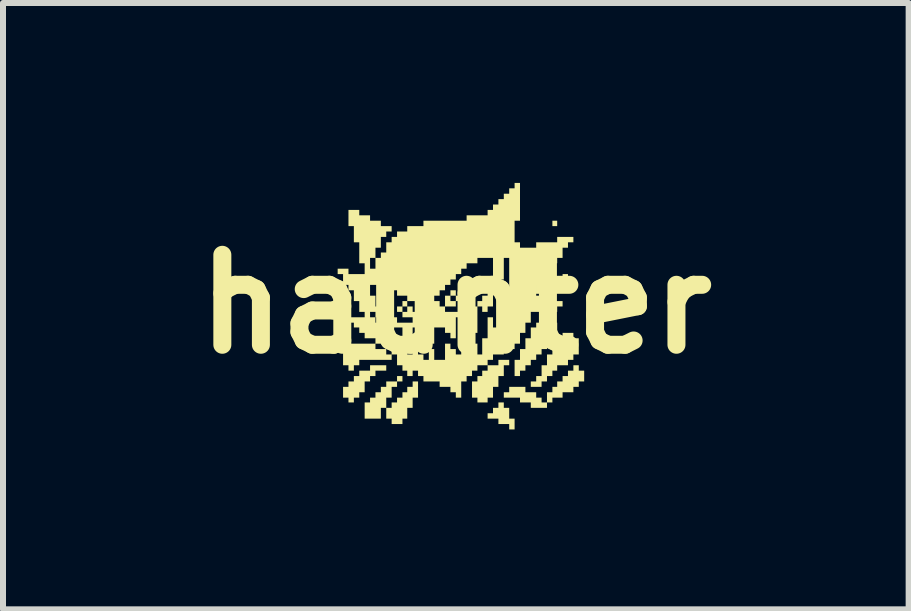
<source format=kicad_pcb>
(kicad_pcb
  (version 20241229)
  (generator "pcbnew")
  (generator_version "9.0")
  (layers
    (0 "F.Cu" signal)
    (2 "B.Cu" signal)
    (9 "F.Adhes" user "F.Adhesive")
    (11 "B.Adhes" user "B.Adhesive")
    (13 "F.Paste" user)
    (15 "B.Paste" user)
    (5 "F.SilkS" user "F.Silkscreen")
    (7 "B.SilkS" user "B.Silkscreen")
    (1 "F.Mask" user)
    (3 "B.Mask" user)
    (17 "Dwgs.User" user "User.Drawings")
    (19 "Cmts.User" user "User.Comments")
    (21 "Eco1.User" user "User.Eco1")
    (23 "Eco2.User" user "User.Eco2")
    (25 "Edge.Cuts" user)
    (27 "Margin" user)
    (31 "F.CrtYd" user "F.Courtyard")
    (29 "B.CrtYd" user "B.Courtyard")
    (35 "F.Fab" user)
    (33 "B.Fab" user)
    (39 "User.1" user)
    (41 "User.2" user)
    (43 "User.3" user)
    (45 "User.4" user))
  (footprint "haunter"
    (layer "F.Cu")
    (at 4.55 2.02)
    (property "Reference" "haunter" (at 0 0 0) (layer "F.SilkS") (effects (font (size 1.5 1.5) (thickness 0.3))))
    (attr board_only exclude_from_pos_files exclude_from_bom)
    (fp_poly (pts (xy 1.69 -1.345) (xy 1.69 -1.3) (xy 1.65 -1.3) (xy 1.61 -1.3) (xy 1.61 -1.345) (xy 1.61 -1.39) (xy 1.65 -1.39) (xy 1.69 -1.39)) (stroke (width 0) (type solid)) (fill yes) (layer "F.SilkS"))
    (fp_poly (pts (xy 1.87 -0.455) (xy 1.87 -0.41) (xy 1.825 -0.41) (xy 1.78 -0.41) (xy 1.78 -0.455) (xy 1.78 -0.5) (xy 1.825 -0.5) (xy 1.87 -0.5)) (stroke (width 0) (type solid)) (fill yes) (layer "F.SilkS"))
    (fp_poly (pts (xy -0.81 -0.005) (xy -0.81 0.04) (xy -0.85 0.04) (xy -0.89 0.04) (xy -0.89 0.085) (xy -0.89 0.13) (xy -0.935 0.13) (xy -0.98 0.13) (xy -0.98 0.085) (xy -0.98 0.04) (xy -0.935 0.04) (xy -0.89 0.04) (xy -0.89 -0.005) (xy -0.89 -0.05) (xy -0.85 -0.05) (xy -0.81 -0.05)) (stroke (width 0) (type solid)) (fill yes) (layer "F.SilkS"))
    (fp_poly (pts (xy 0 -0.185) (xy 0 -0.14) (xy -0.045 -0.14) (xy -0.09 -0.14) (xy -0.09 -0.095) (xy -0.09 -0.05) (xy -0.045 -0.05) (xy 0 -0.05) (xy 0 -0.095) (xy 0 -0.14) (xy 0.045 -0.14) (xy 0.09 -0.14) (xy 0.09 -0.095) (xy 0.09 -0.05) (xy 0.045 -0.05) (xy 0 -0.05) (xy 0 -0.005) (xy 0 0.04) (xy -0.09 0.04) (xy -0.18 0.04) (xy -0.18 -0.05) (xy -0.18 -0.14) (xy -0.135 -0.14) (xy -0.09 -0.14) (xy -0.09 -0.185) (xy -0.09 -0.23) (xy -0.045 -0.23) (xy 0 -0.23)) (stroke (width 0) (type solid)) (fill yes) (layer "F.SilkS"))
    (fp_poly (pts (xy 0.8 1.685) (xy 0.8 1.73) (xy 0.845 1.73) (xy 0.89 1.73) (xy 0.89 1.82) (xy 0.89 1.91) (xy 0.935 1.91) (xy 0.98 1.91) (xy 0.98 2) (xy 0.98 2.09) (xy 0.935 2.09) (xy 0.89 2.09) (xy 0.89 2.045) (xy 0.89 2) (xy 0.8 2) (xy 0.71 2) (xy 0.71 1.955) (xy 0.71 1.91) (xy 0.62 1.91) (xy 0.53 1.91) (xy 0.53 1.865) (xy 0.53 1.82) (xy 0.575 1.82) (xy 0.62 1.82) (xy 0.62 1.775) (xy 0.62 1.73) (xy 0.665 1.73) (xy 0.71 1.73) (xy 0.71 1.685) (xy 0.71 1.64) (xy 0.755 1.64) (xy 0.8 1.64)) (stroke (width 0) (type solid)) (fill yes) (layer "F.SilkS"))
    (fp_poly (pts (xy -1.16 1.065) (xy -1.16 1.11) (xy -1.25 1.11) (xy -1.34 1.11) (xy -1.34 1.155) (xy -1.34 1.2) (xy -1.385 1.2) (xy -1.43 1.2) (xy -1.43 1.245) (xy -1.43 1.29) (xy -1.475 1.29) (xy -1.52 1.29) (xy -1.52 1.38) (xy -1.52 1.47) (xy -1.565 1.47) (xy -1.61 1.47) (xy -1.61 1.515) (xy -1.61 1.56) (xy -1.655 1.56) (xy -1.7 1.56) (xy -1.7 1.6) (xy -1.7 1.64) (xy -1.745 1.64) (xy -1.79 1.64) (xy -1.79 1.6) (xy -1.79 1.56) (xy -1.835 1.56) (xy -1.88 1.56) (xy -1.88 1.47) (xy -1.88 1.38) (xy -1.835 1.38) (xy -1.79 1.38) (xy -1.79 1.335) (xy -1.79 1.29) (xy -1.745 1.29) (xy -1.7 1.29) (xy -1.7 1.245) (xy -1.7 1.2) (xy -1.655 1.2) (xy -1.61 1.2) (xy -1.61 1.155) (xy -1.61 1.11) (xy -1.52 1.11) (xy -1.43 1.11) (xy -1.43 1.065) (xy -1.43 1.02) (xy -1.295 1.02) (xy -1.16 1.02)) (stroke (width 0) (type solid)) (fill yes) (layer "F.SilkS"))
    (fp_poly (pts (xy 1.61 0.265) (xy 1.61 0.31) (xy 1.65 0.31) (xy 1.69 0.31) (xy 1.69 0.395) (xy 1.69 0.48) (xy 1.65 0.48) (xy 1.61 0.48) (xy 1.61 0.57) (xy 1.61 0.66) (xy 1.565 0.66) (xy 1.52 0.66) (xy 1.52 0.705) (xy 1.52 0.75) (xy 1.475 0.75) (xy 1.43 0.75) (xy 1.43 0.795) (xy 1.43 0.84) (xy 1.385 0.84) (xy 1.34 0.84) (xy 1.34 0.885) (xy 1.34 0.93) (xy 1.295 0.93) (xy 1.25 0.93) (xy 1.25 0.975) (xy 1.25 1.02) (xy 1.205 1.02) (xy 1.16 1.02) (xy 1.16 1.065) (xy 1.16 1.11) (xy 1.115 1.11) (xy 1.07 1.11) (xy 1.07 1.155) (xy 1.07 1.2) (xy 1.025 1.2) (xy 0.98 1.2) (xy 0.98 1.065) (xy 0.98 0.93) (xy 1.025 0.93) (xy 1.07 0.93) (xy 1.07 0.84) (xy 1.07 0.75) (xy 1.115 0.75) (xy 1.16 0.75) (xy 1.16 0.66) (xy 1.16 0.57) (xy 1.205 0.57) (xy 1.25 0.57) (xy 1.25 0.48) (xy 1.25 0.39) (xy 1.295 0.39) (xy 1.34 0.39) (xy 1.34 0.35) (xy 1.34 0.31) (xy 1.385 0.31) (xy 1.43 0.31) (xy 1.43 0.265) (xy 1.43 0.22) (xy 1.52 0.22) (xy 1.61 0.22)) (stroke (width 0) (type solid)) (fill yes) (layer "F.SilkS"))
    (fp_poly (pts (xy 1.96 0.525) (xy 1.96 0.57) (xy 2.005 0.57) (xy 2.05 0.57) (xy 2.05 0.705) (xy 2.05 0.84) (xy 2.005 0.84) (xy 1.96 0.84) (xy 1.96 0.885) (xy 1.96 0.93) (xy 1.915 0.93) (xy 1.87 0.93) (xy 1.87 0.975) (xy 1.87 1.02) (xy 1.78 1.02) (xy 1.69 1.02) (xy 1.69 1.065) (xy 1.69 1.11) (xy 1.65 1.11) (xy 1.61 1.11) (xy 1.61 1.155) (xy 1.61 1.2) (xy 1.565 1.2) (xy 1.52 1.2) (xy 1.52 1.245) (xy 1.52 1.29) (xy 1.475 1.29) (xy 1.43 1.29) (xy 1.43 1.335) (xy 1.43 1.38) (xy 1.34 1.38) (xy 1.25 1.38) (xy 1.25 1.335) (xy 1.25 1.29) (xy 1.295 1.29) (xy 1.34 1.29) (xy 1.34 1.245) (xy 1.34 1.2) (xy 1.385 1.2) (xy 1.43 1.2) (xy 1.43 1.11) (xy 1.43 1.02) (xy 1.475 1.02) (xy 1.52 1.02) (xy 1.52 0.93) (xy 1.52 0.84) (xy 1.565 0.84) (xy 1.61 0.84) (xy 1.61 0.795) (xy 1.61 0.75) (xy 1.65 0.75) (xy 1.69 0.75) (xy 1.69 0.66) (xy 1.69 0.57) (xy 1.735 0.57) (xy 1.78 0.57) (xy 1.78 0.525) (xy 1.78 0.48) (xy 1.87 0.48) (xy 1.96 0.48)) (stroke (width 0) (type solid)) (fill yes) (layer "F.SilkS"))
    (fp_poly (pts (xy 2.05 1.065) (xy 2.05 1.11) (xy 2.095 1.11) (xy 2.14 1.11) (xy 2.14 1.2) (xy 2.14 1.29) (xy 2.095 1.29) (xy 2.05 1.29) (xy 2.05 1.335) (xy 2.05 1.38) (xy 2.005 1.38) (xy 1.96 1.38) (xy 1.96 1.425) (xy 1.96 1.47) (xy 1.87 1.47) (xy 1.78 1.47) (xy 1.78 1.515) (xy 1.78 1.56) (xy 1.695 1.56) (xy 1.61 1.56) (xy 1.61 1.6) (xy 1.61 1.64) (xy 1.565 1.64) (xy 1.52 1.64) (xy 1.52 1.685) (xy 1.52 1.73) (xy 1.385 1.73) (xy 1.25 1.73) (xy 1.25 1.685) (xy 1.25 1.64) (xy 1.16 1.64) (xy 1.07 1.64) (xy 1.07 1.6) (xy 1.07 1.56) (xy 0.935 1.56) (xy 0.8 1.56) (xy 0.8 1.515) (xy 0.8 1.47) (xy 0.845 1.47) (xy 0.89 1.47) (xy 0.89 1.425) (xy 0.89 1.38) (xy 1.025 1.38) (xy 1.16 1.38) (xy 1.16 1.425) (xy 1.16 1.47) (xy 1.25 1.47) (xy 1.34 1.47) (xy 1.34 1.515) (xy 1.34 1.56) (xy 1.385 1.56) (xy 1.43 1.56) (xy 1.43 1.6) (xy 1.43 1.64) (xy 1.475 1.64) (xy 1.52 1.64) (xy 1.52 1.555) (xy 1.52 1.47) (xy 1.565 1.47) (xy 1.61 1.47) (xy 1.61 1.425) (xy 1.61 1.38) (xy 1.65 1.38) (xy 1.69 1.38) (xy 1.69 1.335) (xy 1.69 1.29) (xy 1.735 1.29) (xy 1.78 1.29) (xy 1.78 1.245) (xy 1.78 1.2) (xy 1.825 1.2) (xy 1.87 1.2) (xy 1.87 1.155) (xy 1.87 1.11) (xy 1.915 1.11) (xy 1.96 1.11) (xy 1.96 1.065) (xy 1.96 1.02) (xy 2.005 1.02) (xy 2.05 1.02)) (stroke (width 0) (type solid)) (fill yes) (layer "F.SilkS"))
    (fp_poly (pts (xy -0.89 1.245) (xy -0.89 1.29) (xy -0.935 1.29) (xy -0.98 1.29) (xy -0.98 1.335) (xy -0.98 1.38) (xy -1.025 1.38) (xy -1.07 1.38) (xy -1.07 1.47) (xy -1.07 1.56) (xy -1.115 1.56) (xy -1.16 1.56) (xy -1.16 1.645) (xy -1.16 1.73) (xy -1.115 1.73) (xy -1.07 1.73) (xy -1.07 1.685) (xy -1.07 1.64) (xy -1.025 1.64) (xy -0.98 1.64) (xy -0.98 1.6) (xy -0.98 1.56) (xy -0.935 1.56) (xy -0.89 1.56) (xy -0.89 1.515) (xy -0.89 1.47) (xy -0.85 1.47) (xy -0.81 1.47) (xy -0.81 1.425) (xy -0.81 1.38) (xy -0.765 1.38) (xy -0.72 1.38) (xy -0.72 1.335) (xy -0.72 1.29) (xy -0.675 1.29) (xy -0.63 1.29) (xy -0.63 1.425) (xy -0.63 1.56) (xy -0.675 1.56) (xy -0.72 1.56) (xy -0.72 1.645) (xy -0.72 1.73) (xy -0.765 1.73) (xy -0.81 1.73) (xy -0.81 1.82) (xy -0.81 1.91) (xy -0.85 1.91) (xy -0.89 1.91) (xy -0.89 1.955) (xy -0.89 2) (xy -0.98 2) (xy -1.07 2) (xy -1.07 1.955) (xy -1.07 1.91) (xy -1.115 1.91) (xy -1.16 1.91) (xy -1.16 1.82) (xy -1.16 1.73) (xy -1.205 1.73) (xy -1.25 1.73) (xy -1.25 1.82) (xy -1.25 1.91) (xy -1.385 1.91) (xy -1.52 1.91) (xy -1.52 1.775) (xy -1.52 1.64) (xy -1.475 1.64) (xy -1.43 1.64) (xy -1.43 1.6) (xy -1.43 1.56) (xy -1.385 1.56) (xy -1.34 1.56) (xy -1.34 1.515) (xy -1.34 1.47) (xy -1.295 1.47) (xy -1.25 1.47) (xy -1.25 1.425) (xy -1.25 1.38) (xy -1.205 1.38) (xy -1.16 1.38) (xy -1.16 1.335) (xy -1.16 1.29) (xy -1.07 1.29) (xy -0.98 1.29) (xy -0.98 1.245) (xy -0.98 1.2) (xy -0.935 1.2) (xy -0.89 1.2)) (stroke (width 0) (type solid)) (fill yes) (layer "F.SilkS"))
    (fp_poly (pts (xy 1.07 -1.705) (xy 1.07 -1.39) (xy 1.025 -1.39) (xy 0.98 -1.39) (xy 0.98 -1.21) (xy 0.98 -1.03) (xy 1.025 -1.03) (xy 1.07 -1.03) (xy 1.07 -0.985) (xy 1.07 -0.94) (xy 1.205 -0.94) (xy 1.34 -0.94) (xy 1.34 -0.985) (xy 1.34 -1.03) (xy 1.515 -1.03) (xy 1.69 -1.03) (xy 1.69 -1.075) (xy 1.69 -1.12) (xy 1.825 -1.12) (xy 1.96 -1.12) (xy 1.96 -1.075) (xy 1.96 -1.03) (xy 1.915 -1.03) (xy 1.87 -1.03) (xy 1.87 -0.985) (xy 1.87 -0.94) (xy 1.825 -0.94) (xy 1.78 -0.94) (xy 1.78 -0.855) (xy 1.78 -0.77) (xy 1.735 -0.77) (xy 1.69 -0.77) (xy 1.69 -0.725) (xy 1.69 -0.68) (xy 1.65 -0.68) (xy 1.61 -0.68) (xy 1.61 -0.635) (xy 1.61 -0.59) (xy 1.565 -0.59) (xy 1.52 -0.59) (xy 1.52 -0.5) (xy 1.52 -0.41) (xy 1.475 -0.41) (xy 1.43 -0.41) (xy 1.43 -0.365) (xy 1.43 -0.32) (xy 1.385 -0.32) (xy 1.34 -0.32) (xy 1.34 -0.23) (xy 1.34 -0.14) (xy 1.475 -0.14) (xy 1.61 -0.14) (xy 1.61 -0.095) (xy 1.61 -0.05) (xy 1.695 -0.05) (xy 1.78 -0.05) (xy 1.78 -0.005) (xy 1.78 0.04) (xy 1.735 0.04) (xy 1.69 0.04) (xy 1.69 0.085) (xy 1.69 0.13) (xy 1.65 0.13) (xy 1.61 0.13) (xy 1.61 0.085) (xy 1.61 0.04) (xy 1.52 0.04) (xy 1.43 0.04) (xy 1.43 0.085) (xy 1.43 0.13) (xy 1.34 0.13) (xy 1.25 0.13) (xy 1.25 0.22) (xy 1.25 0.31) (xy 1.205 0.31) (xy 1.16 0.31) (xy 1.16 0.395) (xy 1.16 0.48) (xy 1.115 0.48) (xy 1.07 0.48) (xy 1.07 0.57) (xy 1.07 0.66) (xy 1.025 0.66) (xy 0.98 0.66) (xy 0.98 0.705) (xy 0.98 0.75) (xy 0.89 0.75) (xy 0.8 0.75) (xy 0.8 0.795) (xy 0.8 0.84) (xy 0.71 0.84) (xy 0.62 0.84) (xy 0.62 0.885) (xy 0.62 0.93) (xy 0.575 0.93) (xy 0.53 0.93) (xy 0.53 0.975) (xy 0.53 1.02) (xy 0.62 1.02) (xy 0.71 1.02) (xy 0.71 0.975) (xy 0.71 0.93) (xy 0.8 0.93) (xy 0.89 0.93) (xy 0.89 0.975) (xy 0.89 1.02) (xy 0.845 1.02) (xy 0.8 1.02) (xy 0.8 1.11) (xy 0.8 1.2) (xy 0.755 1.2) (xy 0.71 1.2) (xy 0.71 1.29) (xy 0.71 1.38) (xy 0.665 1.38) (xy 0.62 1.38) (xy 0.62 1.47) (xy 0.62 1.56) (xy 0.575 1.56) (xy 0.53 1.56) (xy 0.53 1.6) (xy 0.53 1.64) (xy 0.445 1.64) (xy 0.36 1.64) (xy 0.36 1.6) (xy 0.36 1.56) (xy 0.315 1.56) (xy 0.27 1.56) (xy 0.27 1.425) (xy 0.27 1.29) (xy 0.315 1.29) (xy 0.36 1.29) (xy 0.36 1.245) (xy 0.36 1.2) (xy 0.4 1.2) (xy 0.44 1.2) (xy 0.44 1.155) (xy 0.44 1.11) (xy 0.485 1.11) (xy 0.53 1.11) (xy 0.53 1.065) (xy 0.53 1.02) (xy 0.445 1.02) (xy 0.36 1.02) (xy 0.36 1.065) (xy 0.36 1.11) (xy 0.315 1.11) (xy 0.27 1.11) (xy 0.27 1.155) (xy 0.27 1.2) (xy 0.225 1.2) (xy 0.18 1.2) (xy 0.18 1.245) (xy 0.18 1.29) (xy 0.135 1.29) (xy 0.09 1.29) (xy 0.09 1.425) (xy 0.09 1.56) (xy 0.045 1.56) (xy 0 1.56) (xy 0 1.515) (xy 0 1.47) (xy -0.045 1.47) (xy -0.09 1.47) (xy -0.09 1.425) (xy -0.09 1.38) (xy -0.18 1.38) (xy -0.27 1.38) (xy -0.27 1.335) (xy -0.27 1.29) (xy -0.405 1.29) (xy -0.54 1.29) (xy -0.54 1.245) (xy -0.54 1.2) (xy -0.585 1.2) (xy -0.63 1.2) (xy -0.63 1.155) (xy -0.63 1.11) (xy -0.675 1.11) (xy -0.72 1.11) (xy -0.72 1.155) (xy -0.72 1.2) (xy -0.765 1.2) (xy -0.81 1.2) (xy -0.81 1.155) (xy -0.81 1.11) (xy -0.85 1.11) (xy -0.89 1.11) (xy -0.89 1.065) (xy -0.89 1.02) (xy -0.935 1.02) (xy -0.98 1.02) (xy -0.98 0.93) (xy -0.98 0.84) (xy -1.025 0.84) (xy -1.07 0.84) (xy -1.07 0.885) (xy -1.07 0.93) (xy -1.34 0.93) (xy -1.61 0.93) (xy -1.61 0.975) (xy -1.61 1.02) (xy -1.655 1.02) (xy -1.7 1.02) (xy -1.7 1.065) (xy -1.7 1.11) (xy -1.745 1.11) (xy -1.79 1.11) (xy -1.79 1.065) (xy -1.79 1.02) (xy -1.835 1.02) (xy -1.88 1.02) (xy -1.88 0.885) (xy -1.88 0.795) (xy -1.16 0.795) (xy -1.16 0.84) (xy -1.115 0.84) (xy -1.07 0.84) (xy -1.07 0.795) (xy -1.07 0.75) (xy -1.115 0.75) (xy -1.16 0.75) (xy -1.16 0.795) (xy -1.88 0.795) (xy -1.88 0.75) (xy -1.835 0.75) (xy -1.79 0.75) (xy -1.79 0.705) (xy -1.34 0.705) (xy -1.34 0.75) (xy -1.25 0.75) (xy -1.16 0.75) (xy -1.16 0.705) (xy -1.16 0.66) (xy -1.25 0.66) (xy -1.34 0.66) (xy -1.34 0.705) (xy -1.79 0.705) (xy -1.79 0.66) (xy -1.565 0.66) (xy -1.34 0.66) (xy -1.34 0.615) (xy -1.34 0.57) (xy -1.43 0.57) (xy -1.52 0.57) (xy -1.52 0.525) (xy -1.52 0.48) (xy -1.565 0.48) (xy -1.61 0.48) (xy -1.61 0.435) (xy -1.61 0.39) (xy -1.655 0.39) (xy -1.7 0.39) (xy -1.7 0.35) (xy -1.25 0.35) (xy -1.25 0.39) (xy -1.205 0.39) (xy -1.16 0.39) (xy -1.16 0.435) (xy -1.16 0.48) (xy -1.115 0.48) (xy -1.07 0.48) (xy -1.07 0.525) (xy -1.07 0.57) (xy -1.025 0.57) (xy -0.98 0.57) (xy -0.98 0.615) (xy -0.98 0.66) (xy -0.935 0.66) (xy -0.89 0.66) (xy -0.89 0.705) (xy -0.89 0.75) (xy -0.85 0.75) (xy -0.81 0.75) (xy -0.81 0.795) (xy -0.81 0.84) (xy -0.765 0.84) (xy -0.72 0.84) (xy -0.72 0.75) (xy -0.72 0.66) (xy -0.675 0.66) (xy -0.63 0.66) (xy -0.63 0.75) (xy -0.63 0.84) (xy -0.585 0.84) (xy -0.54 0.84) (xy -0.54 0.885) (xy -0.54 0.93) (xy -0.495 0.93) (xy -0.45 0.93) (xy -0.45 0.84) (xy -0.45 0.75) (xy -0.405 0.75) (xy -0.36 0.75) (xy -0.36 0.84) (xy -0.36 0.93) (xy -0.27 0.93) (xy -0.18 0.93) (xy -0.18 0.795) (xy -0.18 0.66) (xy -0.135 0.66) (xy -0.09 0.66) (xy -0.09 0.705) (xy -0.09 0.75) (xy -0.045 0.75) (xy 0 0.75) (xy 0 0.795) (xy 0 0.84) (xy 0.045 0.84) (xy 0.09 0.84) (xy 0.09 0.66) (xy 0.09 0.48) (xy 0.135 0.48) (xy 0.18 0.48) (xy 0.18 0.57) (xy 0.18 0.66) (xy 0.27 0.66) (xy 0.36 0.66) (xy 0.36 0.75) (xy 0.36 0.84) (xy 0.4 0.84) (xy 0.44 0.84) (xy 0.44 0.705) (xy 0.44 0.57) (xy 0.485 0.57) (xy 0.53 0.57) (xy 0.53 0.395) (xy 0.53 0.22) (xy 0.575 0.22) (xy 0.62 0.22) (xy 0.62 0.305) (xy 0.62 0.39) (xy 0.665 0.39) (xy 0.71 0.39) (xy 0.71 0.26) (xy 0.71 0.13) (xy 0.755 0.13) (xy 0.8 0.13) (xy 0.8 -0.005) (xy 0.8 -0.14) (xy 0.845 -0.14) (xy 0.89 -0.14) (xy 0.89 -0.455) (xy 0.89 -0.77) (xy 0.845 -0.77) (xy 0.8 -0.77) (xy 0.8 -0.59) (xy 0.8 -0.41) (xy 0.755 -0.41) (xy 0.71 -0.41) (xy 0.71 -0.32) (xy 0.71 -0.23) (xy 0.665 -0.23) (xy 0.62 -0.23) (xy 0.62 -0.095) (xy 0.62 0.04) (xy 0.575 0.04) (xy 0.53 0.04) (xy 0.53 0.085) (xy 0.53 0.13) (xy 0.485 0.13) (xy 0.44 0.13) (xy 0.44 0.085) (xy 0.44 0.04) (xy 0.4 0.04) (xy 0.36 0.04) (xy 0.36 0.26) (xy 0.36 0.48) (xy 0.315 0.48) (xy 0.27 0.48) (xy 0.27 0.435) (xy 0.27 0.39) (xy 0.225 0.39) (xy 0.18 0.39) (xy 0.18 0.35) (xy 0.18 0.31) (xy 0.135 0.31) (xy 0.09 0.31) (xy 0.09 0.265) (xy 0.09 0.22) (xy 0.045 0.22) (xy 0 0.22) (xy 0 0.395) (xy 0 0.57) (xy -0.045 0.57) (xy -0.09 0.57) (xy -0.09 0.525) (xy -0.09 0.48) (xy -0.135 0.48) (xy -0.18 0.48) (xy -0.18 0.435) (xy -0.18 0.39) (xy -0.27 0.39) (xy -0.36 0.39) (xy -0.36 0.525) (xy -0.36 0.66) (xy -0.405 0.66) (xy -0.45 0.66) (xy -0.45 0.615) (xy -0.45 0.57) (xy -0.495 0.57) (xy -0.54 0.57) (xy -0.54 0.48) (xy -0.54 0.39) (xy -0.63 0.39) (xy -0.72 0.39) (xy -0.72 0.525) (xy -0.72 0.66) (xy -0.765 0.66) (xy -0.81 0.66) (xy -0.81 0.615) (xy -0.81 0.57) (xy -0.85 0.57) (xy -0.89 0.57) (xy -0.89 0.48) (xy -0.89 0.39) (xy -1.025 0.39) (xy -1.16 0.39) (xy -1.16 0.35) (xy -1.16 0.31) (xy -1.205 0.31) (xy -1.25 0.31) (xy -1.25 0.35) (xy -1.7 0.35) (xy -1.7 0.31) (xy -1.745 0.31) (xy -1.79 0.31) (xy -1.79 0.265) (xy -1.34 0.265) (xy -1.34 0.31) (xy -1.295 0.31) (xy -1.25 0.31) (xy -1.25 0.265) (xy -1.25 0.22) (xy -1.295 0.22) (xy -1.34 0.22) (xy -1.34 0.265) (xy -1.79 0.265) (xy -1.79 0.22) (xy -1.655 0.22) (xy -1.52 0.22) (xy -1.52 0.175) (xy -1.43 0.175) (xy -1.43 0.22) (xy -1.385 0.22) (xy -1.34 0.22) (xy -1.34 0.175) (xy -1.34 0.13) (xy -1.385 0.13) (xy -1.43 0.13) (xy -1.43 0.175) (xy -1.52 0.175) (xy -1.52 0.13) (xy -1.565 0.13) (xy -1.61 0.13) (xy -1.61 0.04) (xy -1.61 -0.05) (xy -1.655 -0.05) (xy -1.7 -0.05) (xy -1.7 -0.14) (xy -1.7 -0.23) (xy -1.43 -0.23) (xy -1.43 -0.14) (xy -1.385 -0.14) (xy -1.34 -0.14) (xy -1.34 -0.05) (xy -1.34 0.04) (xy -1.25 0.04) (xy -1.16 0.04) (xy -1.16 0.13) (xy -1.16 0.22) (xy -1.07 0.22) (xy -0.98 0.22) (xy -0.98 0.265) (xy -0.98 0.31) (xy -0.85 0.31) (xy -0.72 0.31) (xy -0.72 0.265) (xy -0.72 0.22) (xy -0.805 0.22) (xy -0.89 0.22) (xy -0.89 0.175) (xy -0.89 0.13) (xy -0.85 0.13) (xy -0.81 0.13) (xy -0.81 0.085) (xy -0.81 0.04) (xy -0.765 0.04) (xy -0.72 0.04) (xy -0.72 0.085) (xy -0.72 0.13) (xy -0.63 0.13) (xy -0.54 0.13) (xy -0.54 0.085) (xy -0.54 0.04) (xy -0.585 0.04) (xy -0.63 0.04) (xy -0.63 -0.005) (xy -0.63 -0.05) (xy -0.72 -0.05) (xy -0.81 -0.05) (xy -0.81 -0.095) (xy -0.81 -0.14) (xy -0.36 -0.14) (xy -0.36 -0.095) (xy -0.36 -0.05) (xy -0.315 -0.05) (xy -0.27 -0.05) (xy -0.27 -0.005) (xy -0.27 0.04) (xy -0.225 0.04) (xy -0.18 0.04) (xy -0.18 0.085) (xy -0.18 0.13) (xy 0 0.13) (xy 0.18 0.13) (xy 0.18 0.085) (xy 0.18 0.04) (xy 0.27 0.04) (xy 0.36 0.04) (xy 0.36 -0.005) (xy 0.36 -0.05) (xy 0.4 -0.05) (xy 0.44 -0.05) (xy 0.44 -0.095) (xy 0.44 -0.14) (xy 0.485 -0.14) (xy 0.53 -0.14) (xy 0.53 -0.23) (xy 0.53 -0.32) (xy 0.575 -0.32) (xy 0.62 -0.32) (xy 0.62 -0.545) (xy 0.62 -0.77) (xy 0.49 -0.77) (xy 0.36 -0.77) (xy 0.36 -0.725) (xy 0.36 -0.68) (xy 0.27 -0.68) (xy 0.18 -0.68) (xy 0.18 -0.635) (xy 0.18 -0.59) (xy 0.135 -0.59) (xy 0.09 -0.59) (xy 0.09 -0.545) (xy 0.09 -0.5) (xy 0.045 -0.5) (xy 0 -0.5) (xy 0 -0.455) (xy 0 -0.41) (xy -0.045 -0.41) (xy -0.09 -0.41) (xy -0.09 -0.365) (xy -0.09 -0.32) (xy -0.135 -0.32) (xy -0.18 -0.32) (xy -0.18 -0.275) (xy -0.18 -0.23) (xy -0.225 -0.23) (xy -0.27 -0.23) (xy -0.27 -0.185) (xy -0.27 -0.14) (xy -0.315 -0.14) (xy -0.36 -0.14) (xy -0.81 -0.14) (xy -0.895 -0.14) (xy -0.98 -0.14) (xy -0.98 -0.185) (xy -0.98 -0.23) (xy -1.115 -0.23) (xy -1.25 -0.23) (xy -1.25 -0.275) (xy -1.25 -0.32) (xy -1.34 -0.32) (xy -1.43 -0.32) (xy -1.43 -0.23) (xy -1.7 -0.23) (xy -1.745 -0.23) (xy -1.79 -0.23) (xy -1.79 -0.275) (xy -1.79 -0.32) (xy -1.835 -0.32) (xy -1.88 -0.32) (xy -1.88 -0.41) (xy -1.88 -0.5) (xy -1.925 -0.5) (xy -1.97 -0.5) (xy -1.97 -0.545) (xy -1.97 -0.59) (xy -1.88 -0.59) (xy -1.79 -0.59) (xy -1.79 -0.545) (xy -1.79 -0.5) (xy -1.655 -0.5) (xy -1.52 -0.5) (xy -1.52 -0.59) (xy -1.52 -0.68) (xy -1.43 -0.68) (xy -1.43 -0.59) (xy -1.385 -0.59) (xy -1.34 -0.59) (xy -1.34 -0.68) (xy -1.34 -0.77) (xy -1.385 -0.77) (xy -1.43 -0.77) (xy -1.43 -0.68) (xy -1.52 -0.68) (xy -1.565 -0.68) (xy -1.61 -0.68) (xy -1.61 -0.855) (xy -1.61 -1.03) (xy -1.655 -1.03) (xy -1.7 -1.03) (xy -1.7 -1.165) (xy -1.7 -1.3) (xy -1.745 -1.3) (xy -1.79 -1.3) (xy -1.79 -1.435) (xy -1.79 -1.57) (xy -1.7 -1.57) (xy -1.61 -1.57) (xy -1.61 -1.525) (xy -1.61 -1.48) (xy -1.52 -1.48) (xy -1.43 -1.48) (xy -1.43 -1.435) (xy -1.43 -1.39) (xy -1.34 -1.39) (xy -1.25 -1.39) (xy -1.25 -1.345) (xy -1.25 -1.3) (xy -1.16 -1.3) (xy -1.07 -1.3) (xy -1.07 -1.255) (xy -1.07 -1.21) (xy -1.115 -1.21) (xy -1.16 -1.21) (xy -1.16 -1.165) (xy -1.16 -1.12) (xy -1.205 -1.12) (xy -1.25 -1.12) (xy -1.25 -1.03) (xy -1.25 -0.94) (xy -1.295 -0.94) (xy -1.34 -0.94) (xy -1.34 -0.855) (xy -1.34 -0.77) (xy -1.295 -0.77) (xy -1.25 -0.77) (xy -1.25 -0.815) (xy -1.25 -0.86) (xy -1.205 -0.86) (xy -1.16 -0.86) (xy -1.16 -0.945) (xy -1.16 -1.03) (xy -1.115 -1.03) (xy -1.07 -1.03) (xy -1.07 -1.075) (xy -1.07 -1.12) (xy -1.025 -1.12) (xy -0.98 -1.12) (xy -0.98 -1.165) (xy -0.98 -1.21) (xy -0.895 -1.21) (xy -0.81 -1.21) (xy -0.81 -1.255) (xy -0.81 -1.3) (xy -0.675 -1.3) (xy -0.54 -1.3) (xy -0.54 -1.345) (xy -0.54 -1.39) (xy -0.18 -1.39) (xy 0.18 -1.39) (xy 0.18 -1.435) (xy 0.18 -1.48) (xy 0.355 -1.48) (xy 0.53 -1.48) (xy 0.53 -1.525) (xy 0.53 -1.57) (xy 0.575 -1.57) (xy 0.62 -1.57) (xy 0.62 -1.615) (xy 0.62 -1.66) (xy 0.665 -1.66) (xy 0.71 -1.66) (xy 0.71 -1.705) (xy 0.71 -1.75) (xy 0.755 -1.75) (xy 0.8 -1.75) (xy 0.8 -1.795) (xy 0.8 -1.84) (xy 0.845 -1.84) (xy 0.89 -1.84) (xy 0.89 -1.885) (xy 0.89 -1.93) (xy 0.935 -1.93) (xy 0.98 -1.93) (xy 0.98 -1.975) (xy 0.98 -2.02) (xy 1.025 -2.02) (xy 1.07 -2.02)) (stroke (width 0) (type solid)) (fill yes) (layer "F.SilkS")))
  (gr_rect
    (start -3 -3)
    (end 12.1 7.11)
    (stroke (width 0.1) (type default))
    (fill no)
    (layer "Edge.Cuts")))
</source>
